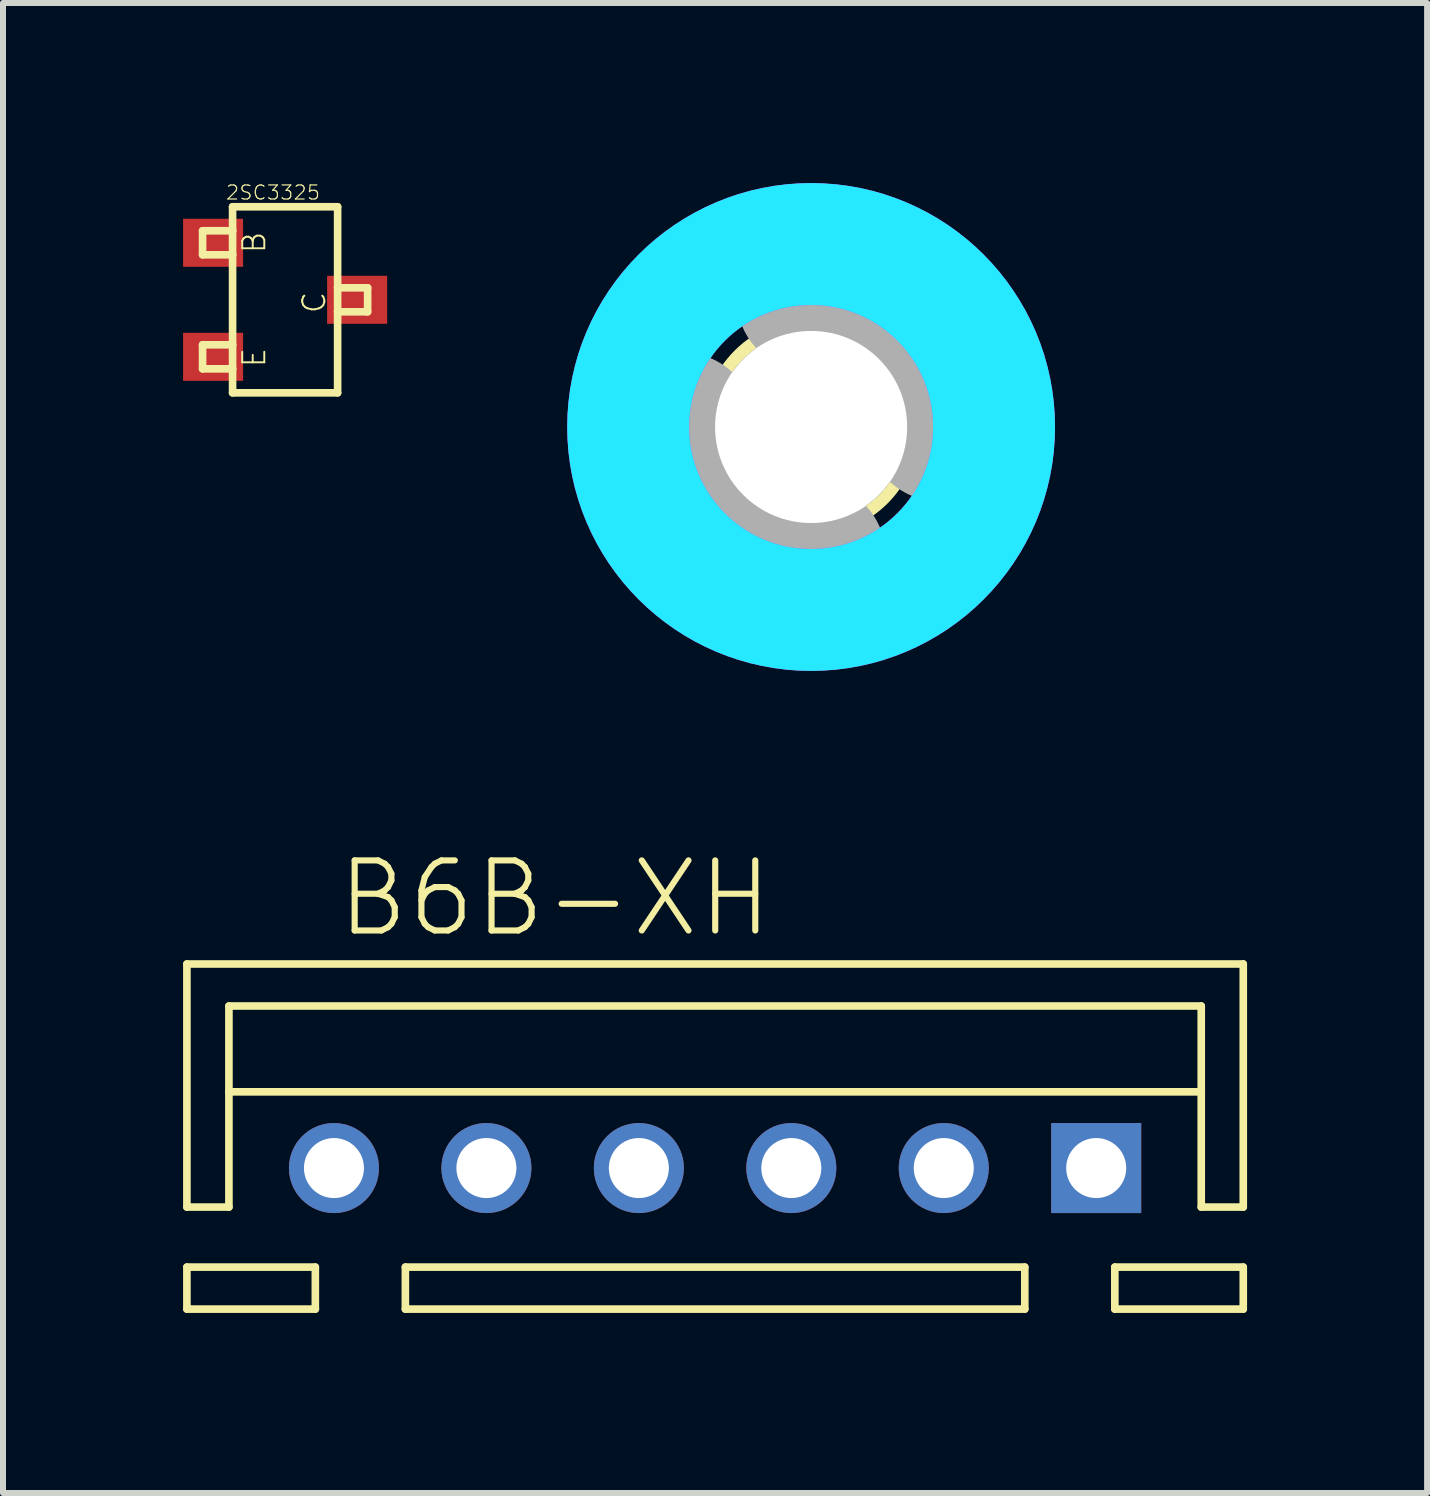
<source format=kicad_pcb>
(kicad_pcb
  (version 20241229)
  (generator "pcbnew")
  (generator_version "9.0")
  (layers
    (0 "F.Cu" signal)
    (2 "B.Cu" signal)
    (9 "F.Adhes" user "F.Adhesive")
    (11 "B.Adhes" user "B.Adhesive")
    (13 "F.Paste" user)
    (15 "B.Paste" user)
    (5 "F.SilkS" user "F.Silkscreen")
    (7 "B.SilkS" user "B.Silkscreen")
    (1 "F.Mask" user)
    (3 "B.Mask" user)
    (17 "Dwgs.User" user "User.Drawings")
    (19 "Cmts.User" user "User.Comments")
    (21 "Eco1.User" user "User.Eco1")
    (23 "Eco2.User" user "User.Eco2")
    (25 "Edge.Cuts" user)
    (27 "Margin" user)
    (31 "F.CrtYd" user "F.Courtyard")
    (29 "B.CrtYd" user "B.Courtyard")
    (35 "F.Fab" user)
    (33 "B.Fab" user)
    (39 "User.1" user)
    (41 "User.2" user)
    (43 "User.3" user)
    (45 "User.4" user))
  (footprint "3,2"
    (layer "F.Cu")
    (at 10.464 4.064)
    (property "Reference" "3,2" (at 0 0 0) (layer "F.SilkS") (effects (font (size 1.27 1.27) (thickness 0.15))))
    (fp_circle (center 0 0) (end 1.7 0) (stroke (width 0.203) (type solid)) (fill no) (layer "F.SilkS"))
    (fp_circle (center 0 0) (end 3.429 0) (stroke (width 0.152) (type solid)) (fill no) (layer "F.SilkS"))
    (fp_circle (center 0 0) (end 3.048 0) (stroke (width 2.032) (type solid)) (fill no) (layer "B.CrtYd"))
    (fp_circle (center 0 0) (end 3.048 0) (stroke (width 2.032) (type solid)) (fill no) (layer "F.CrtYd"))
    (fp_arc (start 0 -2.159) (mid 1.526644 -1.526644) (end 2.159 0) (stroke (width 2.4892) (type solid)) (layer "F.Fab"))
    (fp_arc (start 0 2.159) (mid -1.526644 1.526644) (end -2.159 0) (stroke (width 2.4892) (type solid)) (layer "F.Fab"))
    (fp_circle (center 0 0) (end 0.762 0) (stroke (width 0.457) (type solid)) (fill no) (layer "F.Fab"))
    (pad "" np_thru_hole circle (at 0 0) (size 3.2 3.2) (drill 3.2) (layers "*.Cu" "*.Mask"))
    (zone (net_name "") (layer "F.Cu") (hatch edge 0.5) (connect_pads) (min_thickness 0.25) (filled_areas_thickness no) (keepout (tracks not_allowed) (vias not_allowed) (pads not_allowed) (copperpour not_allowed) (footprints allowed)) (placement (enabled no)) (fill) (polygon (pts (xy 14.528 4.064) (xy 14.508 3.659) (xy 14.447 3.259) (xy 14.347 2.866) (xy 14.209 2.485) (xy 14.033 2.12) (xy 13.822 1.775) (xy 13.577 1.452) (xy 13.302 1.155) (xy 12.998 0.887) (xy 12.669 0.65) (xy 12.318 0.448) (xy 11.949 0.281) (xy 11.565 0.152) (xy 11.17 0.062) (xy 10.768 0.011) (xy 10.363 0.001) (xy 9.959 0.032) (xy 9.56 0.102) (xy 9.17 0.212) (xy 8.793 0.36) (xy 8.432 0.544) (xy 8.092 0.764) (xy 7.775 1.017) (xy 7.485 1.3) (xy 7.224 1.61) (xy 6.996 1.945) (xy 6.802 2.301) (xy 6.645 2.674) (xy 6.526 3.061) (xy 6.445 3.458) (xy 6.405 3.861) (xy 6.405 4.267) (xy 6.445 4.67) (xy 6.526 5.067) (xy 6.645 5.454) (xy 6.802 5.827) (xy 6.996 6.183) (xy 7.224 6.518) (xy 7.485 6.828) (xy 7.775 7.111) (xy 8.092 7.364) (xy 8.432 7.584) (xy 8.793 7.768) (xy 9.17 7.916) (xy 9.56 8.026) (xy 9.959 8.096) (xy 10.363 8.127) (xy 10.768 8.117) (xy 11.17 8.066) (xy 11.565 7.976) (xy 11.949 7.847) (xy 12.318 7.68) (xy 12.669 7.478) (xy 12.998 7.241) (xy 13.302 6.973) (xy 13.577 6.676) (xy 13.822 6.353) (xy 14.033 6.008) (xy 14.209 5.643) (xy 14.347 5.262) (xy 14.447 4.869) (xy 14.508 4.469))) (polygon (pts (xy 12.496 4.064) (xy 12.476 3.781) (xy 12.417 3.504) (xy 12.32 3.238) (xy 12.187 2.987) (xy 12.021 2.758) (xy 11.824 2.554) (xy 11.6 2.379) (xy 11.355 2.238) (xy 11.092 2.131) (xy 10.817 2.063) (xy 10.535 2.033) (xy 10.252 2.043) (xy 9.972 2.092) (xy 9.703 2.18) (xy 9.448 2.304) (xy 9.213 2.463) (xy 9.002 2.652) (xy 8.82 2.87) (xy 8.67 3.11) (xy 8.555 3.369) (xy 8.476 3.642) (xy 8.437 3.922) (xy 8.437 4.206) (xy 8.476 4.486) (xy 8.555 4.759) (xy 8.67 5.018) (xy 8.82 5.258) (xy 9.002 5.476) (xy 9.213 5.665) (xy 9.448 5.824) (xy 9.703 5.948) (xy 9.972 6.036) (xy 10.252 6.085) (xy 10.535 6.095) (xy 10.817 6.065) (xy 11.092 5.997) (xy 11.355 5.89) (xy 11.6 5.749) (xy 11.824 5.574) (xy 12.021 5.37) (xy 12.187 5.141) (xy 12.32 4.89) (xy 12.417 4.624) (xy 12.476 4.347))))
    (zone (net_name "") (layers "F.Cu" "B.Cu") (hatch edge 0.5) (connect_pads) (min_thickness 0.25) (filled_areas_thickness no) (keepout (tracks allowed) (vias not_allowed) (pads allowed) (copperpour allowed) (footprints allowed)) (placement (enabled no)) (fill) (polygon (pts (xy 14.528 4.064) (xy 14.508 3.659) (xy 14.447 3.259) (xy 14.347 2.866) (xy 14.209 2.485) (xy 14.033 2.12) (xy 13.822 1.775) (xy 13.577 1.452) (xy 13.302 1.155) (xy 12.998 0.887) (xy 12.669 0.65) (xy 12.318 0.448) (xy 11.949 0.281) (xy 11.565 0.152) (xy 11.17 0.062) (xy 10.768 0.011) (xy 10.363 0.001) (xy 9.959 0.032) (xy 9.56 0.102) (xy 9.17 0.212) (xy 8.793 0.36) (xy 8.432 0.544) (xy 8.092 0.764) (xy 7.775 1.017) (xy 7.485 1.3) (xy 7.224 1.61) (xy 6.996 1.945) (xy 6.802 2.301) (xy 6.645 2.674) (xy 6.526 3.061) (xy 6.445 3.458) (xy 6.405 3.861) (xy 6.405 4.267) (xy 6.445 4.67) (xy 6.526 5.067) (xy 6.645 5.454) (xy 6.802 5.827) (xy 6.996 6.183) (xy 7.224 6.518) (xy 7.485 6.828) (xy 7.775 7.111) (xy 8.092 7.364) (xy 8.432 7.584) (xy 8.793 7.768) (xy 9.17 7.916) (xy 9.56 8.026) (xy 9.959 8.096) (xy 10.363 8.127) (xy 10.768 8.117) (xy 11.17 8.066) (xy 11.565 7.976) (xy 11.949 7.847) (xy 12.318 7.68) (xy 12.669 7.478) (xy 12.998 7.241) (xy 13.302 6.973) (xy 13.577 6.676) (xy 13.822 6.353) (xy 14.033 6.008) (xy 14.209 5.643) (xy 14.347 5.262) (xy 14.447 4.869) (xy 14.508 4.469))) (polygon (pts (xy 12.496 4.064) (xy 12.476 3.781) (xy 12.417 3.504) (xy 12.32 3.238) (xy 12.187 2.987) (xy 12.021 2.758) (xy 11.824 2.554) (xy 11.6 2.379) (xy 11.355 2.238) (xy 11.092 2.131) (xy 10.817 2.063) (xy 10.535 2.033) (xy 10.252 2.043) (xy 9.972 2.092) (xy 9.703 2.18) (xy 9.448 2.304) (xy 9.213 2.463) (xy 9.002 2.652) (xy 8.82 2.87) (xy 8.67 3.11) (xy 8.555 3.369) (xy 8.476 3.642) (xy 8.437 3.922) (xy 8.437 4.206) (xy 8.476 4.486) (xy 8.555 4.759) (xy 8.67 5.018) (xy 8.82 5.258) (xy 9.002 5.476) (xy 9.213 5.665) (xy 9.448 5.824) (xy 9.703 5.948) (xy 9.972 6.036) (xy 10.252 6.085) (xy 10.535 6.095) (xy 10.817 6.065) (xy 11.092 5.997) (xy 11.355 5.89) (xy 11.6 5.749) (xy 11.824 5.574) (xy 12.021 5.37) (xy 12.187 5.141) (xy 12.32 4.89) (xy 12.417 4.624) (xy 12.476 4.347))))
    (zone (net_name "") (layer "B.Cu") (hatch edge 0.5) (connect_pads) (min_thickness 0.25) (filled_areas_thickness no) (keepout (tracks not_allowed) (vias not_allowed) (pads not_allowed) (copperpour not_allowed) (footprints allowed)) (placement (enabled no)) (fill) (polygon (pts (xy 14.528 4.064) (xy 14.508 3.659) (xy 14.447 3.259) (xy 14.347 2.866) (xy 14.209 2.485) (xy 14.033 2.12) (xy 13.822 1.775) (xy 13.577 1.452) (xy 13.302 1.155) (xy 12.998 0.887) (xy 12.669 0.65) (xy 12.318 0.448) (xy 11.949 0.281) (xy 11.565 0.152) (xy 11.17 0.062) (xy 10.768 0.011) (xy 10.363 0.001) (xy 9.959 0.032) (xy 9.56 0.102) (xy 9.17 0.212) (xy 8.793 0.36) (xy 8.432 0.544) (xy 8.092 0.764) (xy 7.775 1.017) (xy 7.485 1.3) (xy 7.224 1.61) (xy 6.996 1.945) (xy 6.802 2.301) (xy 6.645 2.674) (xy 6.526 3.061) (xy 6.445 3.458) (xy 6.405 3.861) (xy 6.405 4.267) (xy 6.445 4.67) (xy 6.526 5.067) (xy 6.645 5.454) (xy 6.802 5.827) (xy 6.996 6.183) (xy 7.224 6.518) (xy 7.485 6.828) (xy 7.775 7.111) (xy 8.092 7.364) (xy 8.432 7.584) (xy 8.793 7.768) (xy 9.17 7.916) (xy 9.56 8.026) (xy 9.959 8.096) (xy 10.363 8.127) (xy 10.768 8.117) (xy 11.17 8.066) (xy 11.565 7.976) (xy 11.949 7.847) (xy 12.318 7.68) (xy 12.669 7.478) (xy 12.998 7.241) (xy 13.302 6.973) (xy 13.577 6.676) (xy 13.822 6.353) (xy 14.033 6.008) (xy 14.209 5.643) (xy 14.347 5.262) (xy 14.447 4.869) (xy 14.508 4.469))) (polygon (pts (xy 12.496 4.064) (xy 12.476 3.781) (xy 12.417 3.504) (xy 12.32 3.238) (xy 12.187 2.987) (xy 12.021 2.758) (xy 11.824 2.554) (xy 11.6 2.379) (xy 11.355 2.238) (xy 11.092 2.131) (xy 10.817 2.063) (xy 10.535 2.033) (xy 10.252 2.043) (xy 9.972 2.092) (xy 9.703 2.18) (xy 9.448 2.304) (xy 9.213 2.463) (xy 9.002 2.652) (xy 8.82 2.87) (xy 8.67 3.11) (xy 8.555 3.369) (xy 8.476 3.642) (xy 8.437 3.922) (xy 8.437 4.206) (xy 8.476 4.486) (xy 8.555 4.759) (xy 8.67 5.018) (xy 8.82 5.258) (xy 9.002 5.476) (xy 9.213 5.665) (xy 9.448 5.824) (xy 9.703 5.948) (xy 9.972 6.036) (xy 10.252 6.085) (xy 10.535 6.095) (xy 10.817 6.065) (xy 11.092 5.997) (xy 11.355 5.89) (xy 11.6 5.749) (xy 11.824 5.574) (xy 12.021 5.37) (xy 12.187 5.141) (xy 12.32 4.89) (xy 12.417 4.624) (xy 12.476 4.347)))))
  (footprint "B6B-XH"
    (layer "F.Cu")
    (at 8.864 16.411)
    (property "Reference" "B6B-XH" (at -6.35 -3.81 0) (layer "F.SilkS") (effects (font (size 1.168 1.168) (thickness 0.102)) (justify left bottom)))
    (fp_line (start -8.8 -3.4) (end 8.8 -3.4) (stroke (width 0.127) (type solid)) (layer "F.SilkS"))
    (fp_line (start -8.8 0.65) (end -8.8 -3.4) (stroke (width 0.127) (type solid)) (layer "F.SilkS"))
    (fp_line (start -8.8 0.65) (end -8.1 0.65) (stroke (width 0.127) (type solid)) (layer "F.SilkS"))
    (fp_line (start -8.8 2.35) (end -8.8 1.65) (stroke (width 0.127) (type solid)) (layer "F.SilkS"))
    (fp_line (start -8.1 -2.7) (end 8.1 -2.7) (stroke (width 0.127) (type solid)) (layer "F.SilkS"))
    (fp_line (start -8.1 -1.27) (end -8.1 -2.7) (stroke (width 0.127) (type solid)) (layer "F.SilkS"))
    (fp_line (start -8.1 -1.27) (end 8.1 -1.27) (stroke (width 0.127) (type solid)) (layer "F.SilkS"))
    (fp_line (start -8.1 0.65) (end -8.1 -1.27) (stroke (width 0.127) (type solid)) (layer "F.SilkS"))
    (fp_line (start -6.66 1.65) (end -8.8 1.65) (stroke (width 0.127) (type solid)) (layer "F.SilkS"))
    (fp_line (start -6.66 1.65) (end -6.66 2.35) (stroke (width 0.127) (type solid)) (layer "F.SilkS"))
    (fp_line (start -6.66 2.35) (end -8.8 2.35) (stroke (width 0.127) (type solid)) (layer "F.SilkS"))
    (fp_line (start -5.16 1.65) (end -5.16 2.35) (stroke (width 0.127) (type solid)) (layer "F.SilkS"))
    (fp_line (start 5.16 1.65) (end -5.16 1.65) (stroke (width 0.127) (type solid)) (layer "F.SilkS"))
    (fp_line (start 5.16 1.65) (end 5.16 2.35) (stroke (width 0.127) (type solid)) (layer "F.SilkS"))
    (fp_line (start 5.16 2.35) (end -5.16 2.35) (stroke (width 0.127) (type solid)) (layer "F.SilkS"))
    (fp_line (start 6.66 1.65) (end 6.66 2.35) (stroke (width 0.127) (type solid)) (layer "F.SilkS"))
    (fp_line (start 6.66 1.65) (end 8.8 1.65) (stroke (width 0.127) (type solid)) (layer "F.SilkS"))
    (fp_line (start 6.66 2.35) (end 8.8 2.35) (stroke (width 0.127) (type solid)) (layer "F.SilkS"))
    (fp_line (start 8.1 -2.7) (end 8.1 -1.27) (stroke (width 0.127) (type solid)) (layer "F.SilkS"))
    (fp_line (start 8.1 -1.27) (end 8.1 0.65) (stroke (width 0.127) (type solid)) (layer "F.SilkS"))
    (fp_line (start 8.1 0.65) (end 8.8 0.65) (stroke (width 0.127) (type solid)) (layer "F.SilkS"))
    (fp_line (start 8.8 -3.4) (end 8.8 0.65) (stroke (width 0.127) (type solid)) (layer "F.SilkS"))
    (fp_line (start 8.8 2.35) (end 8.8 1.65) (stroke (width 0.127) (type solid)) (layer "F.SilkS"))
    (pad "1" thru_hole rect (at 6.35 0) (size 1.5 1.5) (drill 1) (layers "*.Cu" "*.Mask"))
    (pad "2" thru_hole circle (at 3.81 0) (size 1.5 1.5) (drill 1) (layers "*.Cu" "*.Mask"))
    (pad "3" thru_hole circle (at 1.27 0) (size 1.5 1.5) (drill 1) (layers "*.Cu" "*.Mask"))
    (pad "4" thru_hole circle (at -1.27 0) (size 1.5 1.5) (drill 1) (layers "*.Cu" "*.Mask"))
    (pad "5" thru_hole circle (at -3.81 0) (size 1.5 1.5) (drill 1) (layers "*.Cu" "*.Mask"))
    (pad "6" thru_hole circle (at -6.35 0) (size 1.5 1.5) (drill 1) (layers "*.Cu" "*.Mask")))
  (footprint "2SC3325"
    (layer "F.Cu")
    (at 0.5 2.895)
    (property "Reference" "2SC3325" (at 0.2 -2.6 0) (layer "F.SilkS") (effects (font (size 0.234 0.234) (thickness 0.02)) (justify left bottom)))
    (fp_line (start -0.175 -2.1) (end -0.175 -1.7) (stroke (width 0.127) (type solid)) (layer "F.SilkS"))
    (fp_line (start -0.175 -1.7) (end 0.325 -1.7) (stroke (width 0.127) (type solid)) (layer "F.SilkS"))
    (fp_line (start -0.175 -0.2) (end -0.175 0.2) (stroke (width 0.127) (type solid)) (layer "F.SilkS"))
    (fp_line (start -0.175 0.2) (end 0.325 0.2) (stroke (width 0.127) (type solid)) (layer "F.SilkS"))
    (fp_line (start 0.325 -2.5) (end 0.325 -2.1) (stroke (width 0.127) (type solid)) (layer "F.SilkS"))
    (fp_line (start 0.325 -2.1) (end -0.175 -2.1) (stroke (width 0.127) (type solid)) (layer "F.SilkS"))
    (fp_line (start 0.325 -1.7) (end 0.325 -2.1) (stroke (width 0.127) (type solid)) (layer "F.SilkS"))
    (fp_line (start 0.325 -1.7) (end 0.325 -0.2) (stroke (width 0.127) (type solid)) (layer "F.SilkS"))
    (fp_line (start 0.325 -0.2) (end -0.175 -0.2) (stroke (width 0.127) (type solid)) (layer "F.SilkS"))
    (fp_line (start 0.325 0.2) (end 0.325 -0.2) (stroke (width 0.127) (type solid)) (layer "F.SilkS"))
    (fp_line (start 0.325 0.2) (end 0.325 0.6) (stroke (width 0.127) (type solid)) (layer "F.SilkS"))
    (fp_line (start 0.325 0.6) (end 2.075 0.6) (stroke (width 0.127) (type solid)) (layer "F.SilkS"))
    (fp_line (start 2.075 -2.5) (end 0.325 -2.5) (stroke (width 0.127) (type solid)) (layer "F.SilkS"))
    (fp_line (start 2.075 -1.15) (end 2.075 -2.5) (stroke (width 0.127) (type solid)) (layer "F.SilkS"))
    (fp_line (start 2.075 -1.15) (end 2.075 -0.75) (stroke (width 0.127) (type solid)) (layer "F.SilkS"))
    (fp_line (start 2.075 -0.75) (end 2.575 -0.75) (stroke (width 0.127) (type solid)) (layer "F.SilkS"))
    (fp_line (start 2.075 0.6) (end 2.075 -0.75) (stroke (width 0.127) (type solid)) (layer "F.SilkS"))
    (fp_line (start 2.575 -1.15) (end 2.075 -1.15) (stroke (width 0.127) (type solid)) (layer "F.SilkS"))
    (fp_line (start 2.575 -0.75) (end 2.575 -1.15) (stroke (width 0.127) (type solid)) (layer "F.SilkS"))
    (fp_text user "B" (at 0.9 -1.7 90) (layer "F.SilkS") (effects (font (size 0.368 0.368) (thickness 0.032)) (justify left bottom)))
    (fp_text user "C" (at 1.9 -0.7 90) (layer "F.SilkS") (effects (font (size 0.368 0.368) (thickness 0.032)) (justify left bottom)))
    (fp_text user "E" (at 0.9 0.2 90) (layer "F.SilkS") (effects (font (size 0.368 0.368) (thickness 0.032)) (justify left bottom)))
    (pad "B" smd rect (at 0 -1.9) (size 1 0.8) (layers "F.Cu" "F.Mask" "F.Paste"))
    (pad "C" smd rect (at 2.4 -0.95) (size 1 0.8) (layers "F.Cu" "F.Mask" "F.Paste"))
    (pad "E" smd rect (at 0 0) (size 1 0.8) (layers "F.Cu" "F.Mask" "F.Paste")))
  (gr_rect
    (start -3 -3)
    (end 20.727 21.825)
    (stroke (width 0.1) (type default))
    (fill no)
    (layer "Edge.Cuts")))
</source>
